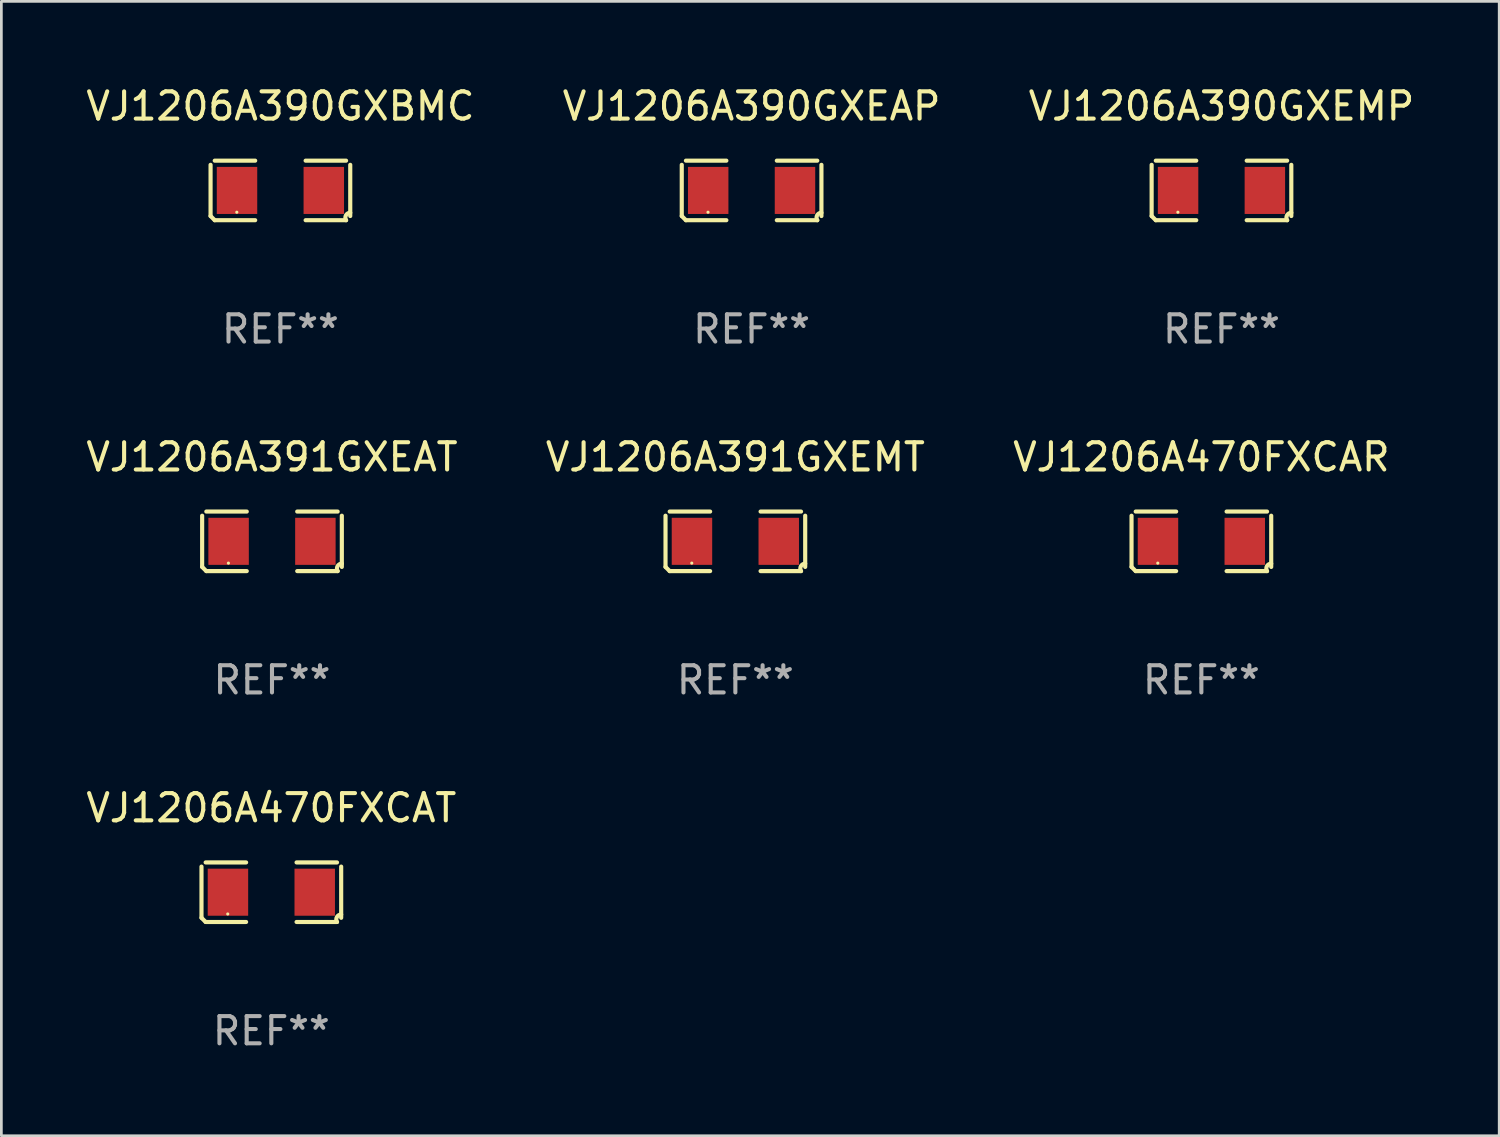
<source format=kicad_pcb>
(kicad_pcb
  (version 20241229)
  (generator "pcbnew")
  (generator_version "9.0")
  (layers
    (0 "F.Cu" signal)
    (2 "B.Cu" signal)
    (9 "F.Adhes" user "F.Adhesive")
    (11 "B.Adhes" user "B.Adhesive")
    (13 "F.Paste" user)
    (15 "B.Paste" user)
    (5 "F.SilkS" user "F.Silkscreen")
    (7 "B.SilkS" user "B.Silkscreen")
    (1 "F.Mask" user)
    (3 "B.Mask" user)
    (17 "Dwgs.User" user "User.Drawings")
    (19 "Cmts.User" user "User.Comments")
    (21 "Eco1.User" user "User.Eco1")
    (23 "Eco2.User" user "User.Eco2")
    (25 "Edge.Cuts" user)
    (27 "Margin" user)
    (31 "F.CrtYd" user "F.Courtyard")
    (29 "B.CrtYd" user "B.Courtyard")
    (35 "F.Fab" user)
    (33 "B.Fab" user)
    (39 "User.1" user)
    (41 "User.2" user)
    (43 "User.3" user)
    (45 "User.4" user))
  (footprint "VJ1206A391GXEAT"
    (layer "F.Cu")
    (at 6.935 16.823)
    (property "Reference" "VJ1206A391GXEAT" (at 0 -3.093 0) (layer "F.SilkS") (effects (font (size 1 1) (thickness 0.15))))
    (attr through_hole)
    (fp_line (start -2.564 0.94) (end -2.564 -0.94) (stroke (width 0.152) (type solid)) (layer "F.SilkS"))
    (fp_line (start -2.411 -1.093) (end -0.926 -1.093) (stroke (width 0.152) (type solid)) (layer "F.SilkS"))
    (fp_line (start -0.926 1.093) (end -2.411 1.093) (stroke (width 0.152) (type solid)) (layer "F.SilkS"))
    (fp_line (start 0.926 1.093) (end 2.411 1.093) (stroke (width 0.152) (type solid)) (layer "F.SilkS"))
    (fp_line (start 2.411 -1.093) (end 0.926 -1.093) (stroke (width 0.152) (type solid)) (layer "F.SilkS"))
    (fp_line (start 2.564 0.94) (end 2.564 -0.94) (stroke (width 0.152) (type solid)) (layer "F.SilkS"))
    (fp_arc (start -2.411201 1.092609) (mid -2.487413 1.01642) (end -2.563602 0.940208) (stroke (width 0.1524) (type solid)) (layer "F.SilkS"))
    (fp_arc (start 2.411201 1.092609) (mid 2.407159 0.911226) (end 2.563602 0.819347) (stroke (width 0.1524) (type solid)) (layer "F.SilkS"))
    (fp_circle (center -1.6 0.8) (end -1.57 0.8) (stroke (width 0.06) (type solid)) (fill no) (layer "F.SilkS"))
    (fp_text user "REF**" (at 0 5.093 0) (layer "F.Fab") (effects (font (size 1 1) (thickness 0.15))))
    (pad "1" smd rect (at -1.593 0) (size 1.485 1.728) (layers "F.Cu" "F.Mask" "F.Paste"))
    (pad "2" smd rect (at 1.593 0) (size 1.485 1.728) (layers "F.Cu" "F.Mask" "F.Paste")))
  (footprint "VJ1206A390GXEMP"
    (layer "F.Cu")
    (at 41.792 3.941)
    (property "Reference" "VJ1206A390GXEMP" (at 0 -3.093 0) (layer "F.SilkS") (effects (font (size 1 1) (thickness 0.15))))
    (attr through_hole)
    (fp_line (start -2.564 0.94) (end -2.564 -0.94) (stroke (width 0.152) (type solid)) (layer "F.SilkS"))
    (fp_line (start -2.411 -1.093) (end -0.926 -1.093) (stroke (width 0.152) (type solid)) (layer "F.SilkS"))
    (fp_line (start -0.926 1.093) (end -2.411 1.093) (stroke (width 0.152) (type solid)) (layer "F.SilkS"))
    (fp_line (start 0.926 1.093) (end 2.411 1.093) (stroke (width 0.152) (type solid)) (layer "F.SilkS"))
    (fp_line (start 2.411 -1.093) (end 0.926 -1.093) (stroke (width 0.152) (type solid)) (layer "F.SilkS"))
    (fp_line (start 2.564 0.94) (end 2.564 -0.94) (stroke (width 0.152) (type solid)) (layer "F.SilkS"))
    (fp_arc (start -2.411201 1.092609) (mid -2.487413 1.01642) (end -2.563602 0.940208) (stroke (width 0.1524) (type solid)) (layer "F.SilkS"))
    (fp_arc (start 2.411201 1.092609) (mid 2.407159 0.911226) (end 2.563602 0.819347) (stroke (width 0.1524) (type solid)) (layer "F.SilkS"))
    (fp_circle (center -1.6 0.8) (end -1.57 0.8) (stroke (width 0.06) (type solid)) (fill no) (layer "F.SilkS"))
    (fp_text user "REF**" (at 0 5.093 0) (layer "F.Fab") (effects (font (size 1 1) (thickness 0.15))))
    (pad "1" smd rect (at -1.593 0) (size 1.485 1.728) (layers "F.Cu" "F.Mask" "F.Paste"))
    (pad "2" smd rect (at 1.593 0) (size 1.485 1.728) (layers "F.Cu" "F.Mask" "F.Paste")))
  (footprint "VJ1206A391GXEMT"
    (layer "F.Cu")
    (at 23.946 16.823)
    (property "Reference" "VJ1206A391GXEMT" (at 0 -3.093 0) (layer "F.SilkS") (effects (font (size 1 1) (thickness 0.15))))
    (attr through_hole)
    (fp_line (start -2.564 0.94) (end -2.564 -0.94) (stroke (width 0.152) (type solid)) (layer "F.SilkS"))
    (fp_line (start -2.411 -1.093) (end -0.926 -1.093) (stroke (width 0.152) (type solid)) (layer "F.SilkS"))
    (fp_line (start -0.926 1.093) (end -2.411 1.093) (stroke (width 0.152) (type solid)) (layer "F.SilkS"))
    (fp_line (start 0.926 1.093) (end 2.411 1.093) (stroke (width 0.152) (type solid)) (layer "F.SilkS"))
    (fp_line (start 2.411 -1.093) (end 0.926 -1.093) (stroke (width 0.152) (type solid)) (layer "F.SilkS"))
    (fp_line (start 2.564 0.94) (end 2.564 -0.94) (stroke (width 0.152) (type solid)) (layer "F.SilkS"))
    (fp_arc (start -2.411201 1.092609) (mid -2.487413 1.01642) (end -2.563602 0.940208) (stroke (width 0.1524) (type solid)) (layer "F.SilkS"))
    (fp_arc (start 2.411201 1.092609) (mid 2.407159 0.911226) (end 2.563602 0.819347) (stroke (width 0.1524) (type solid)) (layer "F.SilkS"))
    (fp_circle (center -1.6 0.8) (end -1.57 0.8) (stroke (width 0.06) (type solid)) (fill no) (layer "F.SilkS"))
    (fp_text user "REF**" (at 0 5.093 0) (layer "F.Fab") (effects (font (size 1 1) (thickness 0.15))))
    (pad "1" smd rect (at -1.593 0) (size 1.485 1.728) (layers "F.Cu" "F.Mask" "F.Paste"))
    (pad "2" smd rect (at 1.593 0) (size 1.485 1.728) (layers "F.Cu" "F.Mask" "F.Paste")))
  (footprint "VJ1206A390GXBMC"
    (layer "F.Cu")
    (at 7.244 3.941)
    (property "Reference" "VJ1206A390GXBMC" (at 0 -3.093 0) (layer "F.SilkS") (effects (font (size 1 1) (thickness 0.15))))
    (attr through_hole)
    (fp_line (start -2.564 0.94) (end -2.564 -0.94) (stroke (width 0.152) (type solid)) (layer "F.SilkS"))
    (fp_line (start -2.411 -1.093) (end -0.926 -1.093) (stroke (width 0.152) (type solid)) (layer "F.SilkS"))
    (fp_line (start -0.926 1.093) (end -2.411 1.093) (stroke (width 0.152) (type solid)) (layer "F.SilkS"))
    (fp_line (start 0.926 1.093) (end 2.411 1.093) (stroke (width 0.152) (type solid)) (layer "F.SilkS"))
    (fp_line (start 2.411 -1.093) (end 0.926 -1.093) (stroke (width 0.152) (type solid)) (layer "F.SilkS"))
    (fp_line (start 2.564 0.94) (end 2.564 -0.94) (stroke (width 0.152) (type solid)) (layer "F.SilkS"))
    (fp_arc (start -2.411201 1.092609) (mid -2.487413 1.01642) (end -2.563602 0.940208) (stroke (width 0.1524) (type solid)) (layer "F.SilkS"))
    (fp_arc (start 2.411201 1.092609) (mid 2.407159 0.911226) (end 2.563602 0.819347) (stroke (width 0.1524) (type solid)) (layer "F.SilkS"))
    (fp_circle (center -1.6 0.8) (end -1.57 0.8) (stroke (width 0.06) (type solid)) (fill no) (layer "F.SilkS"))
    (fp_text user "REF**" (at 0 5.093 0) (layer "F.Fab") (effects (font (size 1 1) (thickness 0.15))))
    (pad "1" smd rect (at -1.593 0) (size 1.485 1.728) (layers "F.Cu" "F.Mask" "F.Paste"))
    (pad "2" smd rect (at 1.593 0) (size 1.485 1.728) (layers "F.Cu" "F.Mask" "F.Paste")))
  (footprint "VJ1206A470FXCAR"
    (layer "F.Cu")
    (at 41.054 16.823)
    (property "Reference" "VJ1206A470FXCAR" (at 0 -3.093 0) (layer "F.SilkS") (effects (font (size 1 1) (thickness 0.15))))
    (attr through_hole)
    (fp_line (start -2.564 0.94) (end -2.564 -0.94) (stroke (width 0.152) (type solid)) (layer "F.SilkS"))
    (fp_line (start -2.411 -1.093) (end -0.926 -1.093) (stroke (width 0.152) (type solid)) (layer "F.SilkS"))
    (fp_line (start -0.926 1.093) (end -2.411 1.093) (stroke (width 0.152) (type solid)) (layer "F.SilkS"))
    (fp_line (start 0.926 1.093) (end 2.411 1.093) (stroke (width 0.152) (type solid)) (layer "F.SilkS"))
    (fp_line (start 2.411 -1.093) (end 0.926 -1.093) (stroke (width 0.152) (type solid)) (layer "F.SilkS"))
    (fp_line (start 2.564 0.94) (end 2.564 -0.94) (stroke (width 0.152) (type solid)) (layer "F.SilkS"))
    (fp_arc (start -2.411201 1.092609) (mid -2.487413 1.01642) (end -2.563602 0.940208) (stroke (width 0.1524) (type solid)) (layer "F.SilkS"))
    (fp_arc (start 2.411201 1.092609) (mid 2.407159 0.911226) (end 2.563602 0.819347) (stroke (width 0.1524) (type solid)) (layer "F.SilkS"))
    (fp_circle (center -1.6 0.8) (end -1.57 0.8) (stroke (width 0.06) (type solid)) (fill no) (layer "F.SilkS"))
    (fp_text user "REF**" (at 0 5.093 0) (layer "F.Fab") (effects (font (size 1 1) (thickness 0.15))))
    (pad "1" smd rect (at -1.593 0) (size 1.485 1.728) (layers "F.Cu" "F.Mask" "F.Paste"))
    (pad "2" smd rect (at 1.593 0) (size 1.485 1.728) (layers "F.Cu" "F.Mask" "F.Paste")))
  (footprint "VJ1206A470FXCAT"
    (layer "F.Cu")
    (at 6.911 29.704)
    (property "Reference" "VJ1206A470FXCAT" (at 0 -3.093 0) (layer "F.SilkS") (effects (font (size 1 1) (thickness 0.15))))
    (attr through_hole)
    (fp_line (start -2.564 0.94) (end -2.564 -0.94) (stroke (width 0.152) (type solid)) (layer "F.SilkS"))
    (fp_line (start -2.411 -1.093) (end -0.926 -1.093) (stroke (width 0.152) (type solid)) (layer "F.SilkS"))
    (fp_line (start -0.926 1.093) (end -2.411 1.093) (stroke (width 0.152) (type solid)) (layer "F.SilkS"))
    (fp_line (start 0.926 1.093) (end 2.411 1.093) (stroke (width 0.152) (type solid)) (layer "F.SilkS"))
    (fp_line (start 2.411 -1.093) (end 0.926 -1.093) (stroke (width 0.152) (type solid)) (layer "F.SilkS"))
    (fp_line (start 2.564 0.94) (end 2.564 -0.94) (stroke (width 0.152) (type solid)) (layer "F.SilkS"))
    (fp_arc (start -2.411201 1.092609) (mid -2.487413 1.01642) (end -2.563602 0.940208) (stroke (width 0.1524) (type solid)) (layer "F.SilkS"))
    (fp_arc (start 2.411201 1.092609) (mid 2.407159 0.911226) (end 2.563602 0.819347) (stroke (width 0.1524) (type solid)) (layer "F.SilkS"))
    (fp_circle (center -1.6 0.8) (end -1.57 0.8) (stroke (width 0.06) (type solid)) (fill no) (layer "F.SilkS"))
    (fp_text user "REF**" (at 0 5.093 0) (layer "F.Fab") (effects (font (size 1 1) (thickness 0.15))))
    (pad "1" smd rect (at -1.593 0) (size 1.485 1.728) (layers "F.Cu" "F.Mask" "F.Paste"))
    (pad "2" smd rect (at 1.593 0) (size 1.485 1.728) (layers "F.Cu" "F.Mask" "F.Paste")))
  (footprint "VJ1206A390GXEAP"
    (layer "F.Cu")
    (at 24.542 3.941)
    (property "Reference" "VJ1206A390GXEAP" (at 0 -3.093 0) (layer "F.SilkS") (effects (font (size 1 1) (thickness 0.15))))
    (attr through_hole)
    (fp_line (start -2.564 0.94) (end -2.564 -0.94) (stroke (width 0.152) (type solid)) (layer "F.SilkS"))
    (fp_line (start -2.411 -1.093) (end -0.926 -1.093) (stroke (width 0.152) (type solid)) (layer "F.SilkS"))
    (fp_line (start -0.926 1.093) (end -2.411 1.093) (stroke (width 0.152) (type solid)) (layer "F.SilkS"))
    (fp_line (start 0.926 1.093) (end 2.411 1.093) (stroke (width 0.152) (type solid)) (layer "F.SilkS"))
    (fp_line (start 2.411 -1.093) (end 0.926 -1.093) (stroke (width 0.152) (type solid)) (layer "F.SilkS"))
    (fp_line (start 2.564 0.94) (end 2.564 -0.94) (stroke (width 0.152) (type solid)) (layer "F.SilkS"))
    (fp_arc (start -2.411201 1.092609) (mid -2.487413 1.01642) (end -2.563602 0.940208) (stroke (width 0.1524) (type solid)) (layer "F.SilkS"))
    (fp_arc (start 2.411201 1.092609) (mid 2.407159 0.911226) (end 2.563602 0.819347) (stroke (width 0.1524) (type solid)) (layer "F.SilkS"))
    (fp_circle (center -1.6 0.8) (end -1.57 0.8) (stroke (width 0.06) (type solid)) (fill no) (layer "F.SilkS"))
    (fp_text user "REF**" (at 0 5.093 0) (layer "F.Fab") (effects (font (size 1 1) (thickness 0.15))))
    (pad "1" smd rect (at -1.593 0) (size 1.485 1.728) (layers "F.Cu" "F.Mask" "F.Paste"))
    (pad "2" smd rect (at 1.593 0) (size 1.485 1.728) (layers "F.Cu" "F.Mask" "F.Paste")))
  (gr_rect
    (start -3 -3)
    (end 51.988 38.645)
    (stroke (width 0.1) (type default))
    (fill no)
    (layer "Edge.Cuts")))
</source>
